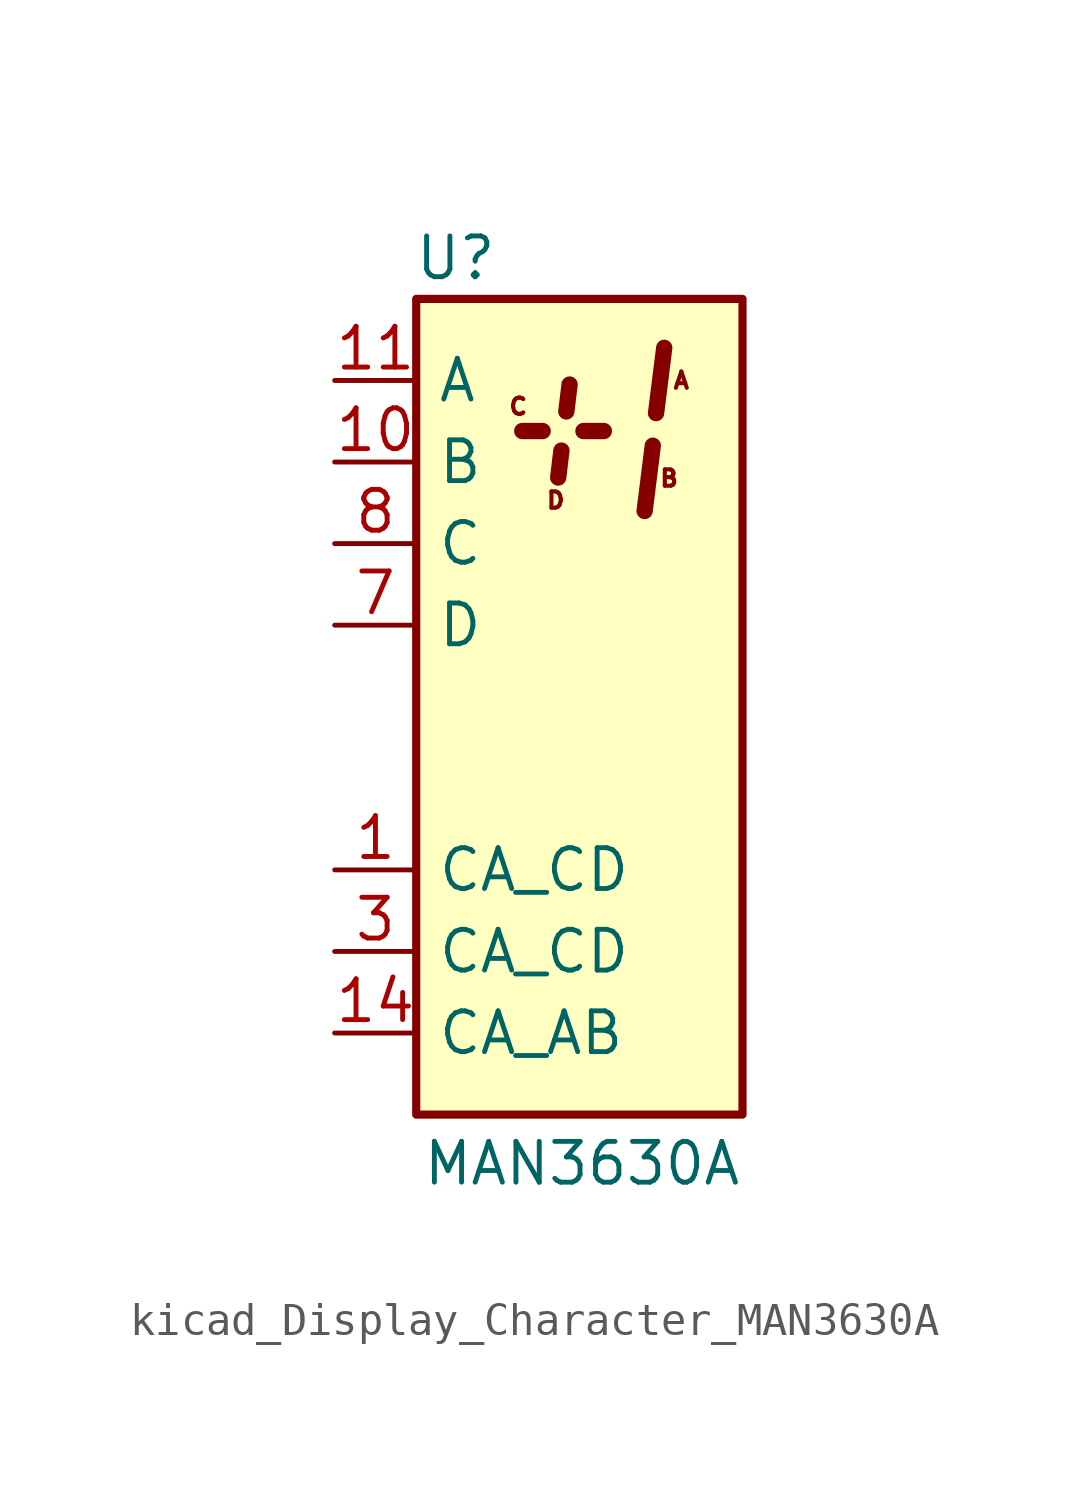
<source format=kicad_sym>
(kicad_symbol_lib
  (version 20220914)
  (generator kicad_symbol_editor)
  (symbol "kicad_Display_Character_MAN3630A"
    (pin_names
      (offset 0.635))
    (property "Reference" "U"
      (at -2.54 13.97 0)
      (effects (font (size 1.27 1.27)) (justify right)))
    (property "Value" "MAN3630A"
      (at 5.08 -14.224 0)
      (effects (font (size 1.27 1.27)) (justify right)))
    (symbol "kicad_Display_Character_MAN3630A_0_0"
      (text "A" (at 3.175 10.16 0) (effects (font (size 0.508 0.508))))
      (text "B" (at 2.794 7.112 0) (effects (font (size 0.508 0.508))))
      (text "C" (at -1.905 9.347 0) (effects (font (size 0.508 0.508))))
      (text "D" (at -0.737 6.426 0) (effects (font (size 0.508 0.508)))))
    (symbol "kicad_Display_Character_MAN3630A_0_1"
      (rectangle (start -5.08 12.7) (end 5.08 -12.7) (stroke (width 0.254) (type default)) (fill (type background)))
      (polyline (pts (xy -1.778 8.585) (xy -1.143 8.585)) (stroke (width 0.508) (type default)) (fill (type none)))
      (polyline (pts (xy 2.286 8.128) (xy 2.032 6.096)) (stroke (width 0.508) (type default)) (fill (type none)))
      (polyline (pts (xy 2.642 11.176) (xy 2.388 9.144)) (stroke (width 0.508) (type default)) (fill (type none))))
    (symbol "kicad_Display_Character_MAN3630A_1_1"
      (polyline (pts (xy -0.66 7.137) (xy -0.559 7.976)) (stroke (width 0.508) (type default)) (fill (type none)))
      (polyline (pts (xy -0.305 10.033) (xy -0.406 9.195)) (stroke (width 0.508) (type default)) (fill (type none)))
      (polyline (pts (xy 0.127 8.585) (xy 0.762 8.585)) (stroke (width 0.508) (type default)) (fill (type none)))
      (pin input line (at -7.62 -5.08 0) (length 2.54) (name "CA_CD" (effects (font (size 1.27 1.27)))) (number "1" (effects (font (size 1.27 1.27)))))
      (pin input line (at -7.62 7.62 0) (length 2.54) (name "B" (effects (font (size 1.27 1.27)))) (number "10" (effects (font (size 1.27 1.27)))))
      (pin input line (at -7.62 10.16 0) (length 2.54) (name "A" (effects (font (size 1.27 1.27)))) (number "11" (effects (font (size 1.27 1.27)))))
      (pin no_connect line (at 5.08 -7.62 180) (length 2.54) hide (name "NC" (effects (font (size 1.27 1.27)))) (number "12" (effects (font (size 1.27 1.27)))))
      (pin no_connect line (at 5.08 -10.16 180) (length 2.54) hide (name "NC" (effects (font (size 1.27 1.27)))) (number "13" (effects (font (size 1.27 1.27)))))
      (pin input line (at -7.62 -10.16 0) (length 2.54) (name "CA_AB" (effects (font (size 1.27 1.27)))) (number "14" (effects (font (size 1.27 1.27)))))
      (pin no_connect line (at 5.08 5.08 180) (length 2.54) hide (name "NC" (effects (font (size 1.27 1.27)))) (number "2" (effects (font (size 1.27 1.27)))))
      (pin input line (at -7.62 -7.62 0) (length 2.54) (name "CA_CD" (effects (font (size 1.27 1.27)))) (number "3" (effects (font (size 1.27 1.27)))))
      (pin no_connect line (at 5.08 2.54 180) (length 2.54) hide (name "NC" (effects (font (size 1.27 1.27)))) (number "4" (effects (font (size 1.27 1.27)))))
      (pin no_connect line (at 5.08 0 180) (length 2.54) hide (name "NC" (effects (font (size 1.27 1.27)))) (number "5" (effects (font (size 1.27 1.27)))))
      (pin no_connect line (at 5.08 -2.54 180) (length 2.54) hide (name "NC" (effects (font (size 1.27 1.27)))) (number "6" (effects (font (size 1.27 1.27)))))
      (pin input line (at -7.62 2.54 0) (length 2.54) (name "D" (effects (font (size 1.27 1.27)))) (number "7" (effects (font (size 1.27 1.27)))))
      (pin input line (at -7.62 5.08 0) (length 2.54) (name "C" (effects (font (size 1.27 1.27)))) (number "8" (effects (font (size 1.27 1.27)))))
      (pin no_connect line (at 5.08 -5.08 180) (length 2.54) hide (name "NC" (effects (font (size 1.27 1.27)))) (number "9" (effects (font (size 1.27 1.27))))))))
</source>
